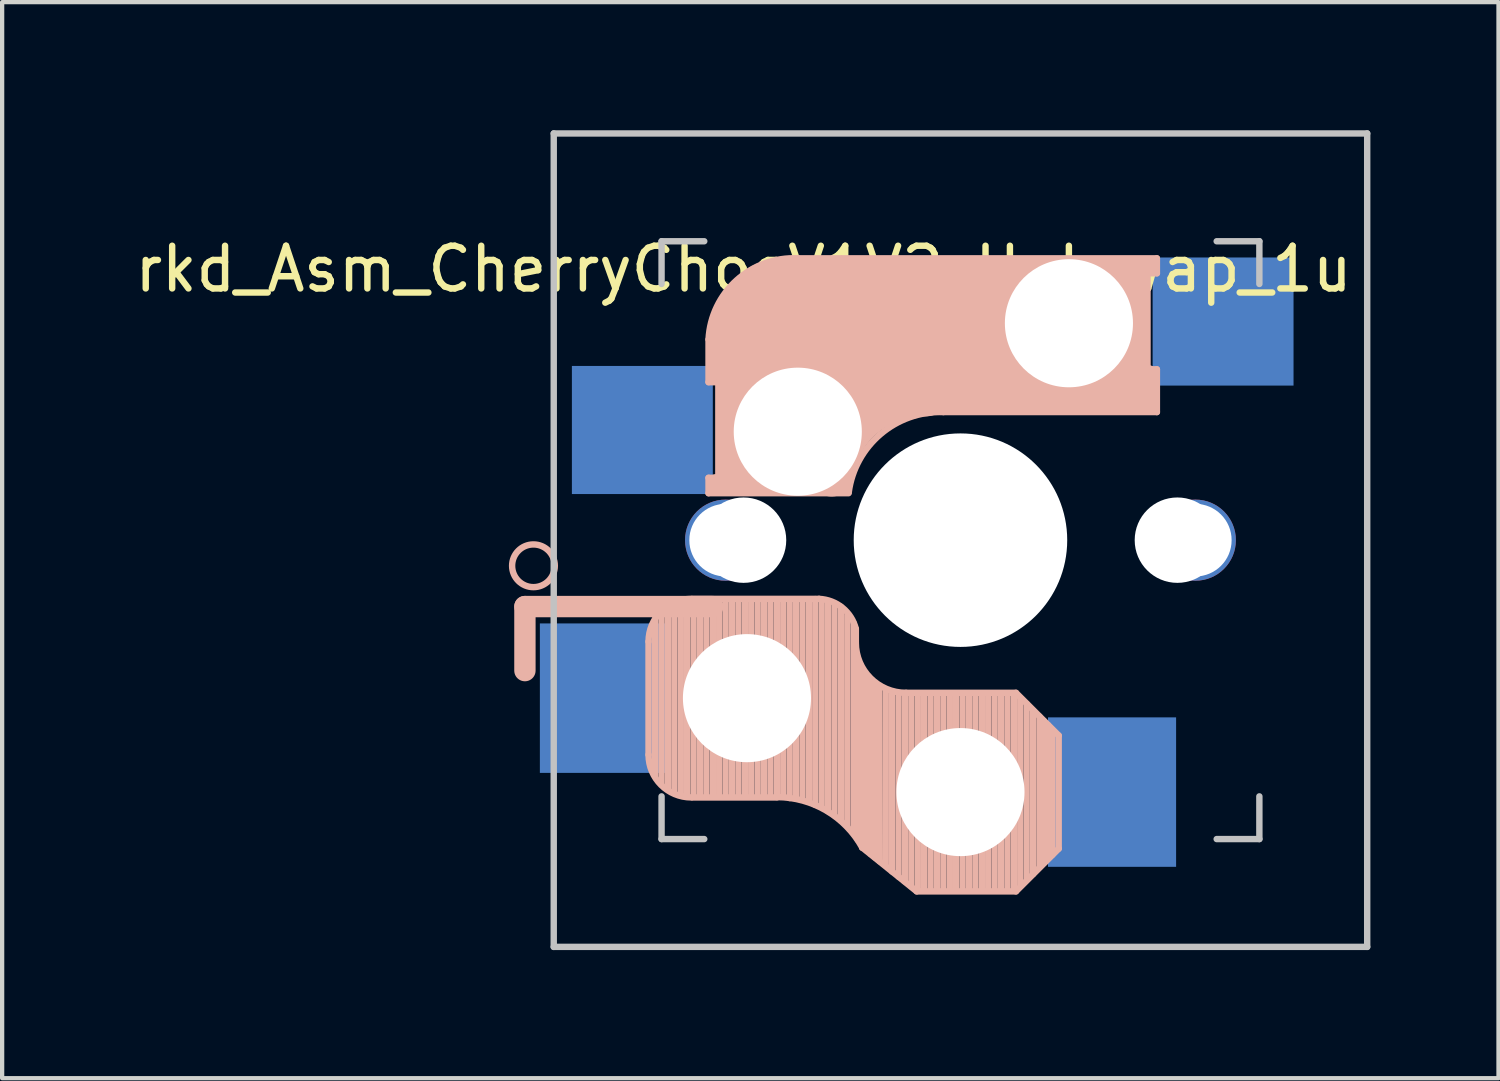
<source format=kicad_pcb>
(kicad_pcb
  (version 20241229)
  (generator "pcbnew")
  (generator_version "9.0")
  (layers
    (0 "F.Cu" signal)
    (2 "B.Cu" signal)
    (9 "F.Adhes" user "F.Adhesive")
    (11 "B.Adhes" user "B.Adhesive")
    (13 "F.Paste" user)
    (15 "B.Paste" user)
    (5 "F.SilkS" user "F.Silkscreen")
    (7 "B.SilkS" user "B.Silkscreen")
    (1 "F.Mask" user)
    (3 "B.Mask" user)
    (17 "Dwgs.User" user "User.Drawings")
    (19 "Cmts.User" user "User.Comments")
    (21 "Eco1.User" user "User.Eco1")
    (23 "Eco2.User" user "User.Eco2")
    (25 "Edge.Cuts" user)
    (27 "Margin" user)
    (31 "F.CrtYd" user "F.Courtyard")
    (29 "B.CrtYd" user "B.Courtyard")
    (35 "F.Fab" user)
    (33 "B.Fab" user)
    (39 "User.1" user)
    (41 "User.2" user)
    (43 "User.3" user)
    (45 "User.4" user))
  (footprint "rkd_Asm_CherryChocV1V2_Hotswap_1u"
    (layer "F.Cu")
    (at 19.443 9.6)
    (property "Reference" "rkd_Asm_CherryChocV1V2_Hotswap_1u" (at -5.08 -6.35 180) (layer "F.SilkS") (effects (font (size 1 1) (thickness 0.15))))
    (attr through_hole)
    (fp_line (start -10.2 1.555) (end -10.2 3.055) (stroke (width 0.5) (type default)) (layer "B.SilkS"))
    (fp_line (start -7.305 2.375) (end -7.305 5.025) (stroke (width 0.15) (type solid)) (layer "B.SilkS"))
    (fp_line (start -7.15 5.53) (end -7.15 1.85) (stroke (width 0.15) (type solid)) (layer "B.SilkS"))
    (fp_line (start -7 5.7) (end -7 1.73) (stroke (width 0.15) (type solid)) (layer "B.SilkS"))
    (fp_line (start -6.85 5.84) (end -6.85 1.7) (stroke (width 0.15) (type solid)) (layer "B.SilkS"))
    (fp_line (start -6.7 5.92) (end -6.7 1.8) (stroke (width 0.15) (type solid)) (layer "B.SilkS"))
    (fp_line (start -6.55 5.97) (end -6.55 1.65) (stroke (width 0.15) (type solid)) (layer "B.SilkS"))
    (fp_line (start -6.4 6.01) (end -6.4 1.5) (stroke (width 0.15) (type solid)) (layer "B.SilkS"))
    (fp_line (start -6.25 6) (end -6.25 1.4) (stroke (width 0.15) (type solid)) (layer "B.SilkS"))
    (fp_line (start -6.1 6) (end -6.1 1.4) (stroke (width 0.15) (type solid)) (layer "B.SilkS"))
    (fp_line (start -5.95 6) (end -5.95 1.4) (stroke (width 0.15) (type solid)) (layer "B.SilkS"))
    (fp_line (start -5.9 -4.7) (end -5.9 -3.7) (stroke (width 0.15) (type solid)) (layer "B.SilkS"))
    (fp_line (start -5.9 -3.7) (end -5.7 -3.7) (stroke (width 0.15) (type solid)) (layer "B.SilkS"))
    (fp_line (start -5.9 -1.1) (end -5.9 -1.46) (stroke (width 0.15) (type solid)) (layer "B.SilkS"))
    (fp_line (start -5.9 -1.1) (end -2.62 -1.1) (stroke (width 0.15) (type solid)) (layer "B.SilkS"))
    (fp_line (start -5.8 -3.8) (end -5.8 -4.7) (stroke (width 0.3) (type solid)) (layer "B.SilkS"))
    (fp_line (start -5.8 1.555) (end -10.2 1.555) (stroke (width 0.5) (type default)) (layer "B.SilkS"))
    (fp_line (start -5.8 6) (end -5.8 1.4) (stroke (width 0.15) (type solid)) (layer "B.SilkS"))
    (fp_line (start -5.7 -1.46) (end -5.9 -1.46) (stroke (width 0.15) (type solid)) (layer "B.SilkS"))
    (fp_line (start -5.7 -1.3) (end -3 -1.3) (stroke (width 0.5) (type solid)) (layer "B.SilkS"))
    (fp_line (start -5.67 -3.7) (end -5.67 -1.46) (stroke (width 0.15) (type solid)) (layer "B.SilkS"))
    (fp_line (start -5.65 6) (end -5.65 1.4) (stroke (width 0.15) (type solid)) (layer "B.SilkS"))
    (fp_line (start -5.5 6) (end -5.5 1.4) (stroke (width 0.15) (type solid)) (layer "B.SilkS"))
    (fp_line (start -5.35 6) (end -5.35 1.4) (stroke (width 0.15) (type solid)) (layer "B.SilkS"))
    (fp_line (start -5.3 -1.6) (end -5.3 -3.4) (stroke (width 0.8) (type solid)) (layer "B.SilkS"))
    (fp_line (start -5.2 6) (end -5.2 1.4) (stroke (width 0.15) (type solid)) (layer "B.SilkS"))
    (fp_line (start -5.05 6) (end -5.05 1.4) (stroke (width 0.15) (type solid)) (layer "B.SilkS"))
    (fp_line (start -4.9 6) (end -4.9 1.4) (stroke (width 0.15) (type solid)) (layer "B.SilkS"))
    (fp_line (start -4.75 6) (end -4.75 1.4) (stroke (width 0.15) (type solid)) (layer "B.SilkS"))
    (fp_line (start -4.6 6) (end -4.6 1.4) (stroke (width 0.15) (type solid)) (layer "B.SilkS"))
    (fp_line (start -4.45 6) (end -4.45 1.4) (stroke (width 0.15) (type solid)) (layer "B.SilkS"))
    (fp_line (start -4.3 6) (end -4.3 1.4) (stroke (width 0.15) (type solid)) (layer "B.SilkS"))
    (fp_line (start -4.3 6.025) (end -6.275 6.025) (stroke (width 0.15) (type solid)) (layer "B.SilkS"))
    (fp_line (start -4.17 -5.1) (end -4.17 -2.86) (stroke (width 3) (type solid)) (layer "B.SilkS"))
    (fp_line (start -4.15 6) (end -4.15 1.45) (stroke (width 0.15) (type solid)) (layer "B.SilkS"))
    (fp_line (start -4 6.04) (end -4 1.4) (stroke (width 0.15) (type solid)) (layer "B.SilkS"))
    (fp_line (start -3.85 6.05) (end -3.85 1.4) (stroke (width 0.15) (type solid)) (layer "B.SilkS"))
    (fp_line (start -3.7 6.05) (end -3.7 1.45) (stroke (width 0.15) (type solid)) (layer "B.SilkS"))
    (fp_line (start -3.55 6.1) (end -3.55 1.39) (stroke (width 0.15) (type solid)) (layer "B.SilkS"))
    (fp_line (start -3.4 6.2) (end -3.4 1.38) (stroke (width 0.15) (type solid)) (layer "B.SilkS"))
    (fp_line (start -3.311 1.375) (end -6.275 1.375) (stroke (width 0.15) (type solid)) (layer "B.SilkS"))
    (fp_line (start -3.25 6.25) (end -3.25 1.4) (stroke (width 0.15) (type solid)) (layer "B.SilkS"))
    (fp_line (start -3.1 6.35) (end -3.1 1.43) (stroke (width 0.15) (type solid)) (layer "B.SilkS"))
    (fp_line (start -2.95 6.45) (end -2.95 1.48) (stroke (width 0.15) (type solid)) (layer "B.SilkS"))
    (fp_line (start -2.8 6.55) (end -2.8 1.56) (stroke (width 0.15) (type solid)) (layer "B.SilkS"))
    (fp_line (start -2.65 6.7) (end -2.65 1.75) (stroke (width 0.15) (type solid)) (layer "B.SilkS"))
    (fp_line (start -2.5 6.85) (end -2.5 1.95) (stroke (width 0.15) (type solid)) (layer "B.SilkS"))
    (fp_line (start -2.45 2.4) (end -2.45 2.077) (stroke (width 0.15) (type default)) (layer "B.SilkS"))
    (fp_line (start -2.4 7.02) (end -2.4 2.9) (stroke (width 0.15) (type solid)) (layer "B.SilkS"))
    (fp_line (start -2.3 7.2) (end -2.3 3.05) (stroke (width 0.15) (type solid)) (layer "B.SilkS"))
    (fp_line (start -2.3 7.2) (end -1.025 8.225) (stroke (width 0.15) (type solid)) (layer "B.SilkS"))
    (fp_line (start -2.2 7.27) (end -2.2 3.25) (stroke (width 0.15) (type solid)) (layer "B.SilkS"))
    (fp_line (start -2.1 7.35) (end -2.1 3.35) (stroke (width 0.15) (type solid)) (layer "B.SilkS"))
    (fp_line (start -2 7.43) (end -2 3.4) (stroke (width 0.15) (type solid)) (layer "B.SilkS"))
    (fp_line (start -1.89 7.52) (end -1.9 3.45) (stroke (width 0.15) (type solid)) (layer "B.SilkS"))
    (fp_line (start -1.75 7.62) (end -1.75 3.5) (stroke (width 0.15) (type solid)) (layer "B.SilkS"))
    (fp_line (start -1.6 7.76) (end -1.6 3.6) (stroke (width 0.15) (type solid)) (layer "B.SilkS"))
    (fp_line (start -1.45 7.88) (end -1.45 3.6) (stroke (width 0.15) (type solid)) (layer "B.SilkS"))
    (fp_line (start -1.3 7.99) (end -1.3 3.6) (stroke (width 0.15) (type solid)) (layer "B.SilkS"))
    (fp_line (start -1.15 8.11) (end -1.15 3.65) (stroke (width 0.15) (type solid)) (layer "B.SilkS"))
    (fp_line (start -1 8.2) (end -1 3.6) (stroke (width 0.15) (type solid)) (layer "B.SilkS"))
    (fp_line (start -0.85 8.2) (end -0.85 3.6) (stroke (width 0.15) (type solid)) (layer "B.SilkS"))
    (fp_line (start -0.7 8.2) (end -0.7 3.6) (stroke (width 0.15) (type solid)) (layer "B.SilkS"))
    (fp_line (start -0.55 8.2) (end -0.55 3.6) (stroke (width 0.15) (type solid)) (layer "B.SilkS"))
    (fp_line (start -0.4 -3) (end 4.6 -3) (stroke (width 0.15) (type solid)) (layer "B.SilkS"))
    (fp_line (start -0.4 8.2) (end -0.4 3.6) (stroke (width 0.15) (type solid)) (layer "B.SilkS"))
    (fp_line (start -0.25 8.2) (end -0.25 3.6) (stroke (width 0.15) (type solid)) (layer "B.SilkS"))
    (fp_line (start -0.1 8.2) (end -0.1 3.6) (stroke (width 0.15) (type solid)) (layer "B.SilkS"))
    (fp_line (start 0.05 8.2) (end 0.05 3.6) (stroke (width 0.15) (type solid)) (layer "B.SilkS"))
    (fp_line (start 0.2 8.2) (end 0.2 3.6) (stroke (width 0.15) (type solid)) (layer "B.SilkS"))
    (fp_line (start 0.35 8.2) (end 0.35 3.6) (stroke (width 0.15) (type solid)) (layer "B.SilkS"))
    (fp_line (start 0.5 8.2) (end 0.5 3.6) (stroke (width 0.15) (type solid)) (layer "B.SilkS"))
    (fp_line (start 0.65 8.2) (end 0.65 3.6) (stroke (width 0.15) (type solid)) (layer "B.SilkS"))
    (fp_line (start 0.8 8.2) (end 0.8 3.6) (stroke (width 0.15) (type solid)) (layer "B.SilkS"))
    (fp_line (start 0.95 8.2) (end 0.95 3.6) (stroke (width 0.15) (type solid)) (layer "B.SilkS"))
    (fp_line (start 1.1 8.2) (end 1.1 3.6) (stroke (width 0.15) (type solid)) (layer "B.SilkS"))
    (fp_line (start 1.25 8.2) (end 1.25 3.6) (stroke (width 0.15) (type solid)) (layer "B.SilkS"))
    (fp_line (start 1.3 3.575) (end -1.275 3.575) (stroke (width 0.15) (type solid)) (layer "B.SilkS"))
    (fp_line (start 1.3 8.225) (end -1.025 8.225) (stroke (width 0.15) (type solid)) (layer "B.SilkS"))
    (fp_line (start 1.4 8.09) (end 1.4 3.7) (stroke (width 0.15) (type solid)) (layer "B.SilkS"))
    (fp_line (start 1.55 7.95) (end 1.55 3.83) (stroke (width 0.15) (type solid)) (layer "B.SilkS"))
    (fp_line (start 1.7 7.82) (end 1.7 3.99) (stroke (width 0.15) (type solid)) (layer "B.SilkS"))
    (fp_line (start 1.85 7.66) (end 1.85 4.13) (stroke (width 0.15) (type solid)) (layer "B.SilkS"))
    (fp_line (start 1.95 7.56) (end 1.95 4.23) (stroke (width 0.15) (type solid)) (layer "B.SilkS"))
    (fp_line (start 2.05 7.45) (end 2.05 4.33) (stroke (width 0.15) (type solid)) (layer "B.SilkS"))
    (fp_line (start 2.15 7.37) (end 2.15 4.44) (stroke (width 0.15) (type solid)) (layer "B.SilkS"))
    (fp_line (start 2.3 4.575) (end 1.3 3.575) (stroke (width 0.15) (type solid)) (layer "B.SilkS"))
    (fp_line (start 2.3 4.575) (end 2.3 7.225) (stroke (width 0.15) (type solid)) (layer "B.SilkS"))
    (fp_line (start 2.3 7.225) (end 1.3 8.225) (stroke (width 0.15) (type solid)) (layer "B.SilkS"))
    (fp_line (start 2.6 -4.8) (end -4.1 -4.8) (stroke (width 3.5) (type solid)) (layer "B.SilkS"))
    (fp_line (start 3.9 -6) (end 3.9 -3.5) (stroke (width 1) (type solid)) (layer "B.SilkS"))
    (fp_line (start 4.3 -3.3) (end 2.9 -3.3) (stroke (width 0.5) (type solid)) (layer "B.SilkS"))
    (fp_line (start 4.38 -4) (end 4.38 -6.25) (stroke (width 0.15) (type solid)) (layer "B.SilkS"))
    (fp_line (start 4.4 -6.4) (end 3 -6.4) (stroke (width 0.4) (type solid)) (layer "B.SilkS"))
    (fp_line (start 4.4 -6.25) (end 4.6 -6.25) (stroke (width 0.15) (type solid)) (layer "B.SilkS"))
    (fp_line (start 4.4 -3.9) (end 4.4 -3.2) (stroke (width 0.4) (type solid)) (layer "B.SilkS"))
    (fp_line (start 4.6 -6.6) (end -3.8 -6.6) (stroke (width 0.15) (type solid)) (layer "B.SilkS"))
    (fp_line (start 4.6 -6.25) (end 4.6 -6.6) (stroke (width 0.15) (type solid)) (layer "B.SilkS"))
    (fp_line (start 4.6 -4) (end 4.4 -4) (stroke (width 0.15) (type solid)) (layer "B.SilkS"))
    (fp_line (start 4.6 -3) (end 4.6 -4) (stroke (width 0.15) (type solid)) (layer "B.SilkS"))
    (fp_arc (start -7.305 2.375) (mid -7.012107 1.667893) (end -6.305 1.375) (stroke (width 0.15) (type solid)) (layer "B.SilkS"))
    (fp_arc (start -6.305 6.025) (mid -7.012107 5.732107) (end -7.305 5.025) (stroke (width 0.15) (type solid)) (layer "B.SilkS"))
    (fp_arc (start -5.9 -4.699999) (mid -5.243504 -6.084924) (end -3.800001 -6.6) (stroke (width 0.15) (type solid)) (layer "B.SilkS"))
    (fp_arc (start -4.3 6.017458) (mid -3.138277 6.335211) (end -2.3 7.2) (stroke (width 0.15) (type solid)) (layer "B.SilkS"))
    (fp_arc (start -3.311204 1.375) (mid -2.763915 1.58277) (end -2.45 2.076887) (stroke (width 0.15) (type solid)) (layer "B.SilkS"))
    (fp_arc (start -3.016318 -1.521471) (mid -2.268709 -2.886118) (end -0.8 -3.4) (stroke (width 1) (type solid)) (layer "B.SilkS"))
    (fp_arc (start -2.616318 -1.121471) (mid -1.868709 -2.486118) (end -0.4 -3) (stroke (width 0.15) (type solid)) (layer "B.SilkS"))
    (fp_arc (start -1.275 3.575) (mid -2.10585 3.23085) (end -2.45 2.4) (stroke (width 0.15) (type solid)) (layer "B.SilkS"))
    (fp_circle (center -10 0.6) (end -9.5 0.6) (stroke (width 0.15) (type default)) (fill no) (layer "B.SilkS"))
    (fp_line (start -9.525 -9.525) (end 9.525 -9.525) (stroke (width 0.15) (type solid)) (layer "Dwgs.User"))
    (fp_line (start -9.525 9.525) (end -9.525 -9.525) (stroke (width 0.15) (type solid)) (layer "Dwgs.User"))
    (fp_line (start -7 -7) (end -6 -7) (stroke (width 0.15) (type solid)) (layer "Dwgs.User"))
    (fp_line (start -7 -6) (end -7 -7) (stroke (width 0.15) (type solid)) (layer "Dwgs.User"))
    (fp_line (start -7 7) (end -7 6) (stroke (width 0.15) (type solid)) (layer "Dwgs.User"))
    (fp_line (start -6 7) (end -7 7) (stroke (width 0.15) (type solid)) (layer "Dwgs.User"))
    (fp_line (start 6 7) (end 7 7) (stroke (width 0.15) (type solid)) (layer "Dwgs.User"))
    (fp_line (start 7 -7) (end 6 -7) (stroke (width 0.15) (type solid)) (layer "Dwgs.User"))
    (fp_line (start 7 -6) (end 7 -7) (stroke (width 0.15) (type solid)) (layer "Dwgs.User"))
    (fp_line (start 7 7) (end 7 6) (stroke (width 0.15) (type solid)) (layer "Dwgs.User"))
    (fp_line (start 9.525 -9.525) (end 9.525 9.525) (stroke (width 0.15) (type solid)) (layer "Dwgs.User"))
    (fp_line (start 9.525 9.525) (end -9.525 9.525) (stroke (width 0.15) (type solid)) (layer "Dwgs.User"))
    (pad "" np_thru_hole circle (at -5.5 0) (size 1.9 1.9) (drill 1.7) (layers "*.Cu" "*.Mask"))
    (pad "" np_thru_hole circle (at -5.08 0) (size 2 2) (drill 2) (layers "*.Cu" "*.Mask"))
    (pad "" np_thru_hole circle (at -5 3.7 90) (size 3 3) (drill 3) (layers "*.Cu" "*.Mask"))
    (pad "" np_thru_hole circle (at -3.81 -2.54 180) (size 3 3) (drill 3) (layers "*.Cu" "*.Mask"))
    (pad "" np_thru_hole circle (at 0 0 90) (size 5 5) (drill 5) (layers "*.Cu" "*.Mask"))
    (pad "" np_thru_hole circle (at 0 5.9 90) (size 3 3) (drill 3) (layers "*.Cu" "*.Mask"))
    (pad "" np_thru_hole circle (at 2.54 -5.08 180) (size 3 3) (drill 3) (layers "*.Cu" "*.Mask"))
    (pad "" np_thru_hole circle (at 5.08 0) (size 2 2) (drill 2) (layers "*.Cu" "*.Mask"))
    (pad "" np_thru_hole circle (at 5.5 0) (size 1.9 1.9) (drill 1.7) (layers "*.Cu" "*.Mask"))
    (pad "1" smd rect (at -8.35 3.7 180) (size 3 3.5) (layers "B.Cu" "B.Mask" "B.Paste"))
    (pad "1" smd rect (at -7 -2.58 180) (size 3.3 3) (drill (offset 0.45 0)) (layers "B.Cu" "B.Mask" "B.Paste"))
    (pad "2" smd rect (at 3.55 5.9 180) (size 3 3.5) (layers "B.Cu" "B.Mask" "B.Paste"))
    (pad "2" smd rect (at 5.7 -5.12 180) (size 3.3 3) (drill (offset -0.45 0)) (layers "B.Cu" "B.Mask" "B.Paste")))
  (gr_rect
    (start -3 -3)
    (end 32.043 22.2)
    (stroke (width 0.1) (type default))
    (fill no)
    (layer "Edge.Cuts")))
</source>
